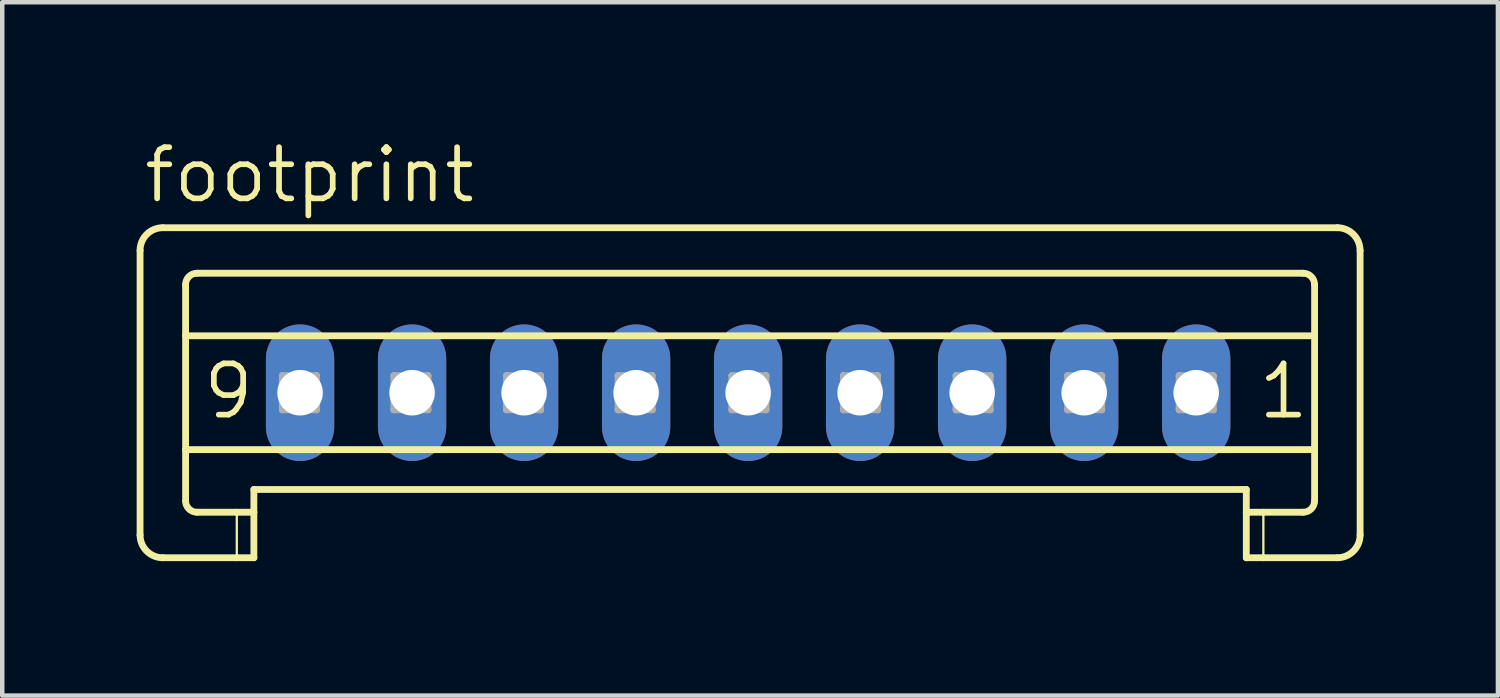
<source format=kicad_pcb>
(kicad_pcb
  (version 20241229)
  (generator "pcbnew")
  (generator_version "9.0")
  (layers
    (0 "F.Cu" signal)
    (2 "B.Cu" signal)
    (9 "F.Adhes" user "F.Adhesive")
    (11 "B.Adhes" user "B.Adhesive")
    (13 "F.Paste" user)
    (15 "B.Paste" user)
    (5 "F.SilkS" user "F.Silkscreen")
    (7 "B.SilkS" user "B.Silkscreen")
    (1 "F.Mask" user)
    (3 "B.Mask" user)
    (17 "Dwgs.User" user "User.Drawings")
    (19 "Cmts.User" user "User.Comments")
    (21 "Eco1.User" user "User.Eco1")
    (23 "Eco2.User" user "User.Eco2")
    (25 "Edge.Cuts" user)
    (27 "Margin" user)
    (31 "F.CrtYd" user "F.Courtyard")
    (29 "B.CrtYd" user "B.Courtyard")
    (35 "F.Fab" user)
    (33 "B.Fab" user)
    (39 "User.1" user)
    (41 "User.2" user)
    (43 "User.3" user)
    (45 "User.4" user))
  (footprint "footprint"
    (layer "F.Cu")
    (at 13.647 5.715)
    (property "Reference" "footprint" (at -13.546 -4.191 0) (layer "F.SilkS") (effects (font (size 1.143 1.143) (thickness 0.127)) (justify left bottom)))
    (fp_line (start -13.571 -3.175) (end -13.571 3.175) (stroke (width 0.152) (type solid)) (layer "F.SilkS"))
    (fp_line (start -13.063 -3.683) (end 13.15 -3.683) (stroke (width 0.152) (type solid)) (layer "F.SilkS"))
    (fp_line (start -12.555 -1.27) (end -12.555 -2.413) (stroke (width 0.152) (type solid)) (layer "F.SilkS"))
    (fp_line (start -12.555 -1.27) (end 12.642 -1.27) (stroke (width 0.152) (type solid)) (layer "F.SilkS"))
    (fp_line (start -12.555 1.27) (end -12.555 -1.27) (stroke (width 0.152) (type solid)) (layer "F.SilkS"))
    (fp_line (start -12.555 1.27) (end 12.642 1.27) (stroke (width 0.152) (type solid)) (layer "F.SilkS"))
    (fp_line (start -12.555 2.413) (end -12.555 1.27) (stroke (width 0.152) (type solid)) (layer "F.SilkS"))
    (fp_line (start -12.301 -2.667) (end 12.388 -2.667) (stroke (width 0.152) (type solid)) (layer "F.SilkS"))
    (fp_line (start -12.301 2.667) (end -11.412 2.667) (stroke (width 0.152) (type solid)) (layer "F.SilkS"))
    (fp_line (start -11.412 2.667) (end -11.412 3.683) (stroke (width 0.051) (type solid)) (layer "F.SilkS"))
    (fp_line (start -11.412 2.667) (end -11.031 2.667) (stroke (width 0.152) (type solid)) (layer "F.SilkS"))
    (fp_line (start -11.412 3.683) (end -13.063 3.683) (stroke (width 0.152) (type solid)) (layer "F.SilkS"))
    (fp_line (start -11.031 2.159) (end 11.118 2.159) (stroke (width 0.152) (type solid)) (layer "F.SilkS"))
    (fp_line (start -11.031 2.667) (end -11.031 2.159) (stroke (width 0.152) (type solid)) (layer "F.SilkS"))
    (fp_line (start -11.031 2.667) (end -11.031 3.683) (stroke (width 0.152) (type solid)) (layer "F.SilkS"))
    (fp_line (start -11.031 3.683) (end -11.412 3.683) (stroke (width 0.152) (type solid)) (layer "F.SilkS"))
    (fp_line (start 11.118 2.667) (end 11.118 2.159) (stroke (width 0.152) (type solid)) (layer "F.SilkS"))
    (fp_line (start 11.118 2.667) (end 11.499 2.667) (stroke (width 0.152) (type solid)) (layer "F.SilkS"))
    (fp_line (start 11.118 3.683) (end 11.118 2.667) (stroke (width 0.152) (type solid)) (layer "F.SilkS"))
    (fp_line (start 11.499 2.667) (end 11.499 3.683) (stroke (width 0.051) (type solid)) (layer "F.SilkS"))
    (fp_line (start 11.499 2.667) (end 12.388 2.667) (stroke (width 0.152) (type solid)) (layer "F.SilkS"))
    (fp_line (start 11.499 3.683) (end 11.118 3.683) (stroke (width 0.152) (type solid)) (layer "F.SilkS"))
    (fp_line (start 12.642 -1.27) (end 12.642 -2.413) (stroke (width 0.152) (type solid)) (layer "F.SilkS"))
    (fp_line (start 12.642 1.27) (end 12.642 -1.27) (stroke (width 0.152) (type solid)) (layer "F.SilkS"))
    (fp_line (start 12.642 2.413) (end 12.642 1.27) (stroke (width 0.152) (type solid)) (layer "F.SilkS"))
    (fp_line (start 13.15 3.683) (end 11.499 3.683) (stroke (width 0.152) (type solid)) (layer "F.SilkS"))
    (fp_line (start 13.658 -3.175) (end 13.658 3.175) (stroke (width 0.152) (type solid)) (layer "F.SilkS"))
    (fp_arc (start -13.5712 -3.175) (mid -13.42241 -3.53421) (end -13.0632 -3.683) (stroke (width 0.1524) (type solid)) (layer "F.SilkS"))
    (fp_arc (start -13.0632 3.683) (mid -13.42241 3.53421) (end -13.5712 3.175) (stroke (width 0.1524) (type solid)) (layer "F.SilkS"))
    (fp_arc (start -12.5552 -2.413) (mid -12.480805 -2.592605) (end -12.3012 -2.667) (stroke (width 0.1524) (type solid)) (layer "F.SilkS"))
    (fp_arc (start -12.3012 2.667) (mid -12.480805 2.592605) (end -12.5552 2.413) (stroke (width 0.1524) (type solid)) (layer "F.SilkS"))
    (fp_arc (start 12.3876 -2.667) (mid 12.567205 -2.592605) (end 12.6416 -2.413) (stroke (width 0.1524) (type solid)) (layer "F.SilkS"))
    (fp_arc (start 12.6416 2.413) (mid 12.567205 2.592605) (end 12.3876 2.667) (stroke (width 0.1524) (type solid)) (layer "F.SilkS"))
    (fp_arc (start 13.1496 -3.683) (mid 13.50881 -3.53421) (end 13.6576 -3.175) (stroke (width 0.1524) (type solid)) (layer "F.SilkS"))
    (fp_arc (start 13.6576 3.175) (mid 13.50881 3.53421) (end 13.1496 3.683) (stroke (width 0.1524) (type solid)) (layer "F.SilkS"))
    (fp_line (start -10.396 -0.381) (end -10.396 0.381) (stroke (width 0.152) (type solid)) (layer "F.Fab"))
    (fp_line (start -10.396 -0.381) (end -9.634 0.381) (stroke (width 0.152) (type solid)) (layer "F.Fab"))
    (fp_line (start -10.396 0.381) (end -9.634 0.381) (stroke (width 0.152) (type solid)) (layer "F.Fab"))
    (fp_line (start -9.634 -0.381) (end -10.396 -0.381) (stroke (width 0.152) (type solid)) (layer "F.Fab"))
    (fp_line (start -9.634 -0.381) (end -10.396 0.381) (stroke (width 0.152) (type solid)) (layer "F.Fab"))
    (fp_line (start -9.634 0.381) (end -9.634 -0.381) (stroke (width 0.152) (type solid)) (layer "F.Fab"))
    (fp_line (start -7.907 -0.381) (end -7.907 0.381) (stroke (width 0.152) (type solid)) (layer "F.Fab"))
    (fp_line (start -7.907 -0.381) (end -7.145 0.381) (stroke (width 0.152) (type solid)) (layer "F.Fab"))
    (fp_line (start -7.907 0.381) (end -7.145 0.381) (stroke (width 0.152) (type solid)) (layer "F.Fab"))
    (fp_line (start -7.145 -0.381) (end -7.907 -0.381) (stroke (width 0.152) (type solid)) (layer "F.Fab"))
    (fp_line (start -7.145 -0.381) (end -7.907 0.381) (stroke (width 0.152) (type solid)) (layer "F.Fab"))
    (fp_line (start -7.145 0.381) (end -7.145 -0.381) (stroke (width 0.152) (type solid)) (layer "F.Fab"))
    (fp_line (start -5.392 -0.381) (end -5.392 0.381) (stroke (width 0.152) (type solid)) (layer "F.Fab"))
    (fp_line (start -5.392 -0.381) (end -4.63 0.381) (stroke (width 0.152) (type solid)) (layer "F.Fab"))
    (fp_line (start -5.392 0.381) (end -4.63 0.381) (stroke (width 0.152) (type solid)) (layer "F.Fab"))
    (fp_line (start -4.63 -0.381) (end -5.392 -0.381) (stroke (width 0.152) (type solid)) (layer "F.Fab"))
    (fp_line (start -4.63 -0.381) (end -5.392 0.381) (stroke (width 0.152) (type solid)) (layer "F.Fab"))
    (fp_line (start -4.63 0.381) (end -4.63 -0.381) (stroke (width 0.152) (type solid)) (layer "F.Fab"))
    (fp_line (start -2.903 -0.381) (end -2.903 0.381) (stroke (width 0.152) (type solid)) (layer "F.Fab"))
    (fp_line (start -2.903 -0.381) (end -2.141 0.381) (stroke (width 0.152) (type solid)) (layer "F.Fab"))
    (fp_line (start -2.903 0.381) (end -2.141 0.381) (stroke (width 0.152) (type solid)) (layer "F.Fab"))
    (fp_line (start -2.141 -0.381) (end -2.903 -0.381) (stroke (width 0.152) (type solid)) (layer "F.Fab"))
    (fp_line (start -2.141 -0.381) (end -2.903 0.381) (stroke (width 0.152) (type solid)) (layer "F.Fab"))
    (fp_line (start -2.141 0.381) (end -2.141 -0.381) (stroke (width 0.152) (type solid)) (layer "F.Fab"))
    (fp_line (start -0.363 -0.381) (end -0.363 0.381) (stroke (width 0.152) (type solid)) (layer "F.Fab"))
    (fp_line (start -0.363 -0.381) (end 0.399 0.381) (stroke (width 0.152) (type solid)) (layer "F.Fab"))
    (fp_line (start -0.363 0.381) (end 0.399 0.381) (stroke (width 0.152) (type solid)) (layer "F.Fab"))
    (fp_line (start 0.399 -0.381) (end -0.363 -0.381) (stroke (width 0.152) (type solid)) (layer "F.Fab"))
    (fp_line (start 0.399 -0.381) (end -0.363 0.381) (stroke (width 0.152) (type solid)) (layer "F.Fab"))
    (fp_line (start 0.399 0.381) (end 0.399 -0.381) (stroke (width 0.152) (type solid)) (layer "F.Fab"))
    (fp_line (start 2.126 -0.381) (end 2.126 0.381) (stroke (width 0.152) (type solid)) (layer "F.Fab"))
    (fp_line (start 2.126 -0.381) (end 2.888 0.381) (stroke (width 0.152) (type solid)) (layer "F.Fab"))
    (fp_line (start 2.126 0.381) (end 2.888 0.381) (stroke (width 0.152) (type solid)) (layer "F.Fab"))
    (fp_line (start 2.888 -0.381) (end 2.126 -0.381) (stroke (width 0.152) (type solid)) (layer "F.Fab"))
    (fp_line (start 2.888 -0.381) (end 2.126 0.381) (stroke (width 0.152) (type solid)) (layer "F.Fab"))
    (fp_line (start 2.888 0.381) (end 2.888 -0.381) (stroke (width 0.152) (type solid)) (layer "F.Fab"))
    (fp_line (start 4.641 -0.381) (end 4.641 0.381) (stroke (width 0.152) (type solid)) (layer "F.Fab"))
    (fp_line (start 4.641 -0.381) (end 5.403 0.381) (stroke (width 0.152) (type solid)) (layer "F.Fab"))
    (fp_line (start 4.641 0.381) (end 5.403 0.381) (stroke (width 0.152) (type solid)) (layer "F.Fab"))
    (fp_line (start 5.403 -0.381) (end 4.641 -0.381) (stroke (width 0.152) (type solid)) (layer "F.Fab"))
    (fp_line (start 5.403 -0.381) (end 4.641 0.381) (stroke (width 0.152) (type solid)) (layer "F.Fab"))
    (fp_line (start 5.403 0.381) (end 5.403 -0.381) (stroke (width 0.152) (type solid)) (layer "F.Fab"))
    (fp_line (start 7.13 -0.381) (end 7.13 0.381) (stroke (width 0.152) (type solid)) (layer "F.Fab"))
    (fp_line (start 7.13 -0.381) (end 7.892 0.381) (stroke (width 0.152) (type solid)) (layer "F.Fab"))
    (fp_line (start 7.13 0.381) (end 7.892 0.381) (stroke (width 0.152) (type solid)) (layer "F.Fab"))
    (fp_line (start 7.892 -0.381) (end 7.13 -0.381) (stroke (width 0.152) (type solid)) (layer "F.Fab"))
    (fp_line (start 7.892 -0.381) (end 7.13 0.381) (stroke (width 0.152) (type solid)) (layer "F.Fab"))
    (fp_line (start 7.892 0.381) (end 7.892 -0.381) (stroke (width 0.152) (type solid)) (layer "F.Fab"))
    (fp_line (start 9.619 -0.381) (end 9.619 0.381) (stroke (width 0.152) (type solid)) (layer "F.Fab"))
    (fp_line (start 9.619 -0.381) (end 10.381 0.381) (stroke (width 0.152) (type solid)) (layer "F.Fab"))
    (fp_line (start 9.619 0.381) (end 10.381 0.381) (stroke (width 0.152) (type solid)) (layer "F.Fab"))
    (fp_line (start 10.381 -0.381) (end 9.619 -0.381) (stroke (width 0.152) (type solid)) (layer "F.Fab"))
    (fp_line (start 10.381 -0.381) (end 9.619 0.381) (stroke (width 0.152) (type solid)) (layer "F.Fab"))
    (fp_line (start 10.381 0.381) (end 10.381 -0.381) (stroke (width 0.152) (type solid)) (layer "F.Fab"))
    (fp_text user "1" (at 11.321 0.635 0) (layer "F.SilkS") (effects (font (size 1.143 1.143) (thickness 0.127)) (justify left bottom)))
    (fp_text user "9" (at -12.225 0.635 0) (layer "F.SilkS") (effects (font (size 1.143 1.143) (thickness 0.127)) (justify left bottom)))
    (pad "1" thru_hole oval (at 10 0 90) (size 3.048 1.524) (drill 1.016) (layers "*.Cu" "*.Mask"))
    (pad "2" thru_hole oval (at 7.5 0 90) (size 3.048 1.524) (drill 1.016) (layers "*.Cu" "*.Mask"))
    (pad "3" thru_hole oval (at 5 0 90) (size 3.048 1.524) (drill 1.016) (layers "*.Cu" "*.Mask"))
    (pad "4" thru_hole oval (at 2.5 0 90) (size 3.048 1.524) (drill 1.016) (layers "*.Cu" "*.Mask"))
    (pad "5" thru_hole oval (at 0 0 90) (size 3.048 1.524) (drill 1.016) (layers "*.Cu" "*.Mask"))
    (pad "6" thru_hole oval (at -2.5 0 90) (size 3.048 1.524) (drill 1.016) (layers "*.Cu" "*.Mask"))
    (pad "7" thru_hole oval (at -5 0 90) (size 3.048 1.524) (drill 1.016) (layers "*.Cu" "*.Mask"))
    (pad "8" thru_hole oval (at -7.5 0 90) (size 3.048 1.524) (drill 1.016) (layers "*.Cu" "*.Mask"))
    (pad "9" thru_hole oval (at -10 0 90) (size 3.048 1.524) (drill 1.016) (layers "*.Cu" "*.Mask")))
  (gr_rect
    (start -3 -3)
    (end 30.381 12.474)
    (stroke (width 0.1) (type default))
    (fill no)
    (layer "Edge.Cuts")))
</source>
